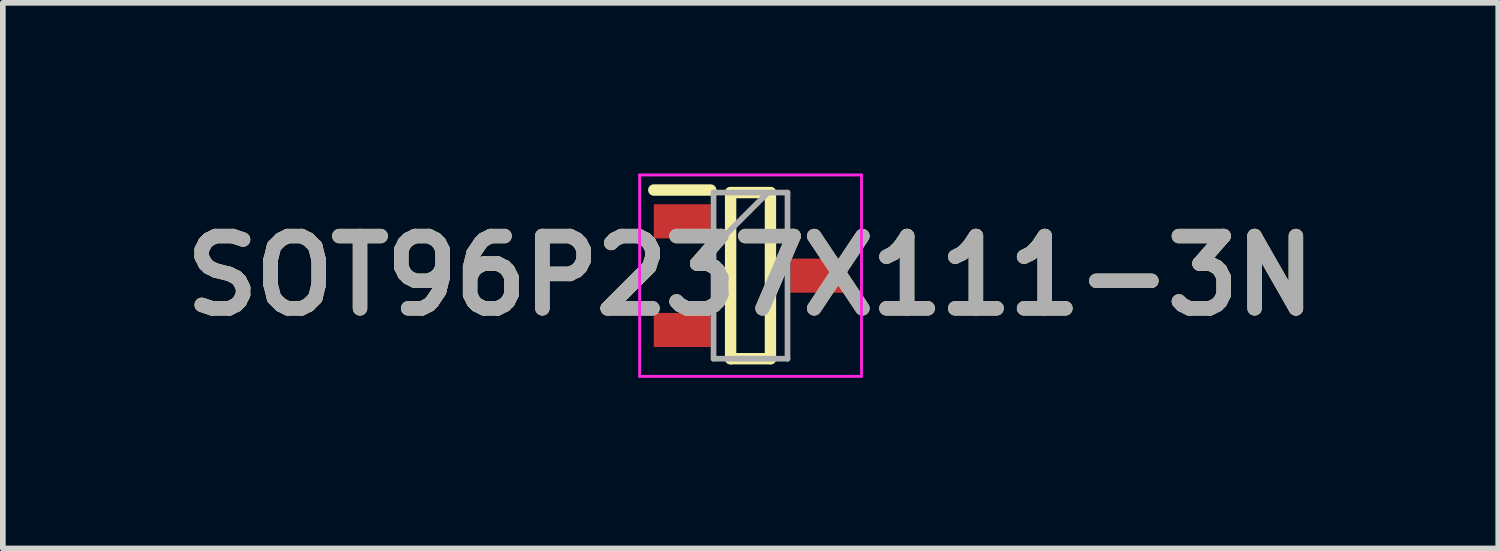
<source format=kicad_pcb>
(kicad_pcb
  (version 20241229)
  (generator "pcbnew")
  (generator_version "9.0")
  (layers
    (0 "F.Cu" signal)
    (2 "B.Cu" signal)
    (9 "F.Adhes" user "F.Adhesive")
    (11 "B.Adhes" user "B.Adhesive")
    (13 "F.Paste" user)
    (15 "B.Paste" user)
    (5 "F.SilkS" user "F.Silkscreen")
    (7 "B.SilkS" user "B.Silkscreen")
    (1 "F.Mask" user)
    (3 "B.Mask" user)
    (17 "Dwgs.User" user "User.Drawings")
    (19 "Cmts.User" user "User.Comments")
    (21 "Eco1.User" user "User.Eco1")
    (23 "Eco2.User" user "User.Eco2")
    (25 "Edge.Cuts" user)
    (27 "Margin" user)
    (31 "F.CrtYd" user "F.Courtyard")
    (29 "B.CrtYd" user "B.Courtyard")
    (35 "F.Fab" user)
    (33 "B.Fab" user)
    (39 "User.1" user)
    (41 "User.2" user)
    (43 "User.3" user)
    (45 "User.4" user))
  (footprint "SOT96P237X111-3N"
    (layer "F.Cu")
    (at 10.142 1.795)
    (property "Reference" "SOT96P237X111-3N" (at 0 0 0) (layer "F.SilkS") (effects (font (size 1.27 1.27) (thickness 0.254))))
    (attr smd)
    (fp_line (start -1.7 -1.505) (end -0.7 -1.505) (stroke (width 0.2) (type solid)) (layer "F.SilkS"))
    (fp_line (start -0.35 -1.46) (end 0.35 -1.46) (stroke (width 0.2) (type solid)) (layer "F.SilkS"))
    (fp_line (start -0.35 1.46) (end -0.35 -1.46) (stroke (width 0.2) (type solid)) (layer "F.SilkS"))
    (fp_line (start 0.35 -1.46) (end 0.35 1.46) (stroke (width 0.2) (type solid)) (layer "F.SilkS"))
    (fp_line (start 0.35 1.46) (end -0.35 1.46) (stroke (width 0.2) (type solid)) (layer "F.SilkS"))
    (fp_line (start -1.95 -1.77) (end 1.95 -1.77) (stroke (width 0.05) (type solid)) (layer "F.CrtYd"))
    (fp_line (start -1.95 1.77) (end -1.95 -1.77) (stroke (width 0.05) (type solid)) (layer "F.CrtYd"))
    (fp_line (start 1.95 -1.77) (end 1.95 1.77) (stroke (width 0.05) (type solid)) (layer "F.CrtYd"))
    (fp_line (start 1.95 1.77) (end -1.95 1.77) (stroke (width 0.05) (type solid)) (layer "F.CrtYd"))
    (fp_line (start -0.65 -1.46) (end 0.65 -1.46) (stroke (width 0.1) (type solid)) (layer "F.Fab"))
    (fp_line (start -0.65 -0.505) (end 0.305 -1.46) (stroke (width 0.1) (type solid)) (layer "F.Fab"))
    (fp_line (start -0.65 1.46) (end -0.65 -1.46) (stroke (width 0.1) (type solid)) (layer "F.Fab"))
    (fp_line (start 0.65 -1.46) (end 0.65 1.46) (stroke (width 0.1) (type solid)) (layer "F.Fab"))
    (fp_line (start 0.65 1.46) (end -0.65 1.46) (stroke (width 0.1) (type solid)) (layer "F.Fab"))
    (fp_text user "${REFERENCE}" (at 0 0 0) (layer "F.Fab") (effects (font (size 1.27 1.27) (thickness 0.254))))
    (pad "1" smd rect (at -1.2 -0.955 90) (size 0.6 1) (layers "F.Cu" "F.Mask" "F.Paste"))
    (pad "2" smd rect (at -1.2 0.955 90) (size 0.6 1) (layers "F.Cu" "F.Mask" "F.Paste"))
    (pad "3" smd rect (at 1.2 0 90) (size 0.6 1) (layers "F.Cu" "F.Mask" "F.Paste")))
  (gr_rect
    (start -3 -3)
    (end 23.284 6.59)
    (stroke (width 0.1) (type default))
    (fill no)
    (layer "Edge.Cuts")))
</source>
